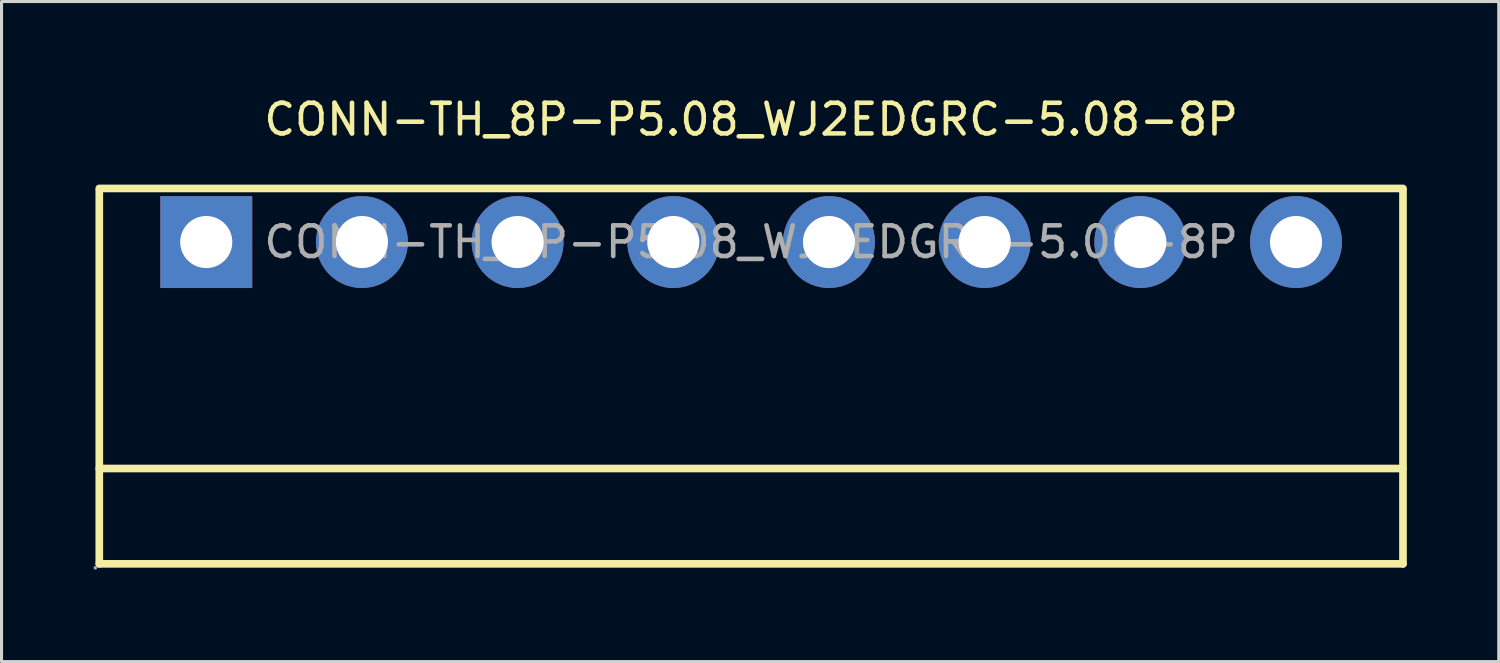
<source format=kicad_pcb>
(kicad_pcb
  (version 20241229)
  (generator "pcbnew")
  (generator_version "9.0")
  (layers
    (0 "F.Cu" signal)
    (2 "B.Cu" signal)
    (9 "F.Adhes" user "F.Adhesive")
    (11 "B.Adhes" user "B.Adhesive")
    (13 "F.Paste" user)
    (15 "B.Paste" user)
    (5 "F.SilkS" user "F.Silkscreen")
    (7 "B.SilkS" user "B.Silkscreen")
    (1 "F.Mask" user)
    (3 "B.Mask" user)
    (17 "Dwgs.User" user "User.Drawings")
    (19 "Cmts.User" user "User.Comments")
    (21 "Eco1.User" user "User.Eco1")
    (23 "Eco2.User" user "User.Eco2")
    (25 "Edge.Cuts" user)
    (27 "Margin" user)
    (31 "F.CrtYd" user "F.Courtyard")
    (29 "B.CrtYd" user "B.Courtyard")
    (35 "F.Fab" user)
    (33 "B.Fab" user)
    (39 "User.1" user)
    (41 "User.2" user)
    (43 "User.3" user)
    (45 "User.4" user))
  (footprint "CONN-TH_8P-P5.08_WJ2EDGRC-5.08-8P"
    (layer "F.Cu")
    (at 21.46 4.848)
    (property "Reference" "CONN-TH_8P-P5.08_WJ2EDGRC-5.08-8P" (at 0 -4 0) (layer "F.SilkS") (effects (font (size 1 1) (thickness 0.15))))
    (attr through_hole)
    (fp_line (start -21.27 7.39) (end 21.27 7.39) (stroke (width 0.25) (type solid)) (layer "F.SilkS"))
    (fp_line (start -21.27 10.5) (end -21.27 -1.7) (stroke (width 0.25) (type solid)) (layer "F.SilkS"))
    (fp_line (start -21.27 10.5) (end 21.27 10.5) (stroke (width 0.25) (type solid)) (layer "F.SilkS"))
    (fp_line (start 21.27 -1.75) (end -21.27 -1.75) (stroke (width 0.25) (type solid)) (layer "F.SilkS"))
    (fp_line (start 21.27 10.5) (end 21.27 -1.7) (stroke (width 0.25) (type solid)) (layer "F.SilkS"))
    (fp_circle (center -21.4 10.63) (end -21.37 10.63) (stroke (width 0.06) (type solid)) (fill no) (layer "F.Fab"))
    (fp_circle (center -17.78 0) (end -17.4 0) (stroke (width 0.75) (type solid)) (fill no) (layer "F.Fab"))
    (fp_circle (center -12.7 0) (end -12.32 0) (stroke (width 0.75) (type solid)) (fill no) (layer "F.Fab"))
    (fp_circle (center -7.62 0) (end -7.24 0) (stroke (width 0.75) (type solid)) (fill no) (layer "F.Fab"))
    (fp_circle (center -2.54 0) (end -2.16 0) (stroke (width 0.75) (type solid)) (fill no) (layer "F.Fab"))
    (fp_circle (center 2.54 0) (end 2.92 0) (stroke (width 0.75) (type solid)) (fill no) (layer "F.Fab"))
    (fp_circle (center 7.62 0) (end 8 0) (stroke (width 0.75) (type solid)) (fill no) (layer "F.Fab"))
    (fp_circle (center 12.7 0) (end 13.08 0) (stroke (width 0.75) (type solid)) (fill no) (layer "F.Fab"))
    (fp_circle (center 17.78 0) (end 18.16 0) (stroke (width 0.75) (type solid)) (fill no) (layer "F.Fab"))
    (fp_text user "${REFERENCE}" (at 0 0 0) (layer "F.Fab") (effects (font (size 1 1) (thickness 0.15))))
    (pad "1" thru_hole rect (at -17.78 0) (size 3 3) (drill 1.7) (layers "*.Cu" "*.Mask"))
    (pad "2" thru_hole circle (at -12.7 0) (size 3 3) (drill 1.7) (layers "*.Cu" "*.Mask"))
    (pad "3" thru_hole circle (at -7.62 0) (size 3 3) (drill 1.7) (layers "*.Cu" "*.Mask"))
    (pad "4" thru_hole circle (at -2.54 0) (size 3 3) (drill 1.7) (layers "*.Cu" "*.Mask"))
    (pad "5" thru_hole circle (at 2.54 0) (size 3 3) (drill 1.7) (layers "*.Cu" "*.Mask"))
    (pad "6" thru_hole circle (at 7.62 0) (size 3 3) (drill 1.7) (layers "*.Cu" "*.Mask"))
    (pad "7" thru_hole circle (at 12.7 0) (size 3 3) (drill 1.7) (layers "*.Cu" "*.Mask"))
    (pad "8" thru_hole circle (at 17.78 0) (size 3 3) (drill 1.7) (layers "*.Cu" "*.Mask")))
  (gr_rect
    (start -3 -3)
    (end 45.855 18.538)
    (stroke (width 0.1) (type default))
    (fill no)
    (layer "Edge.Cuts")))
</source>
